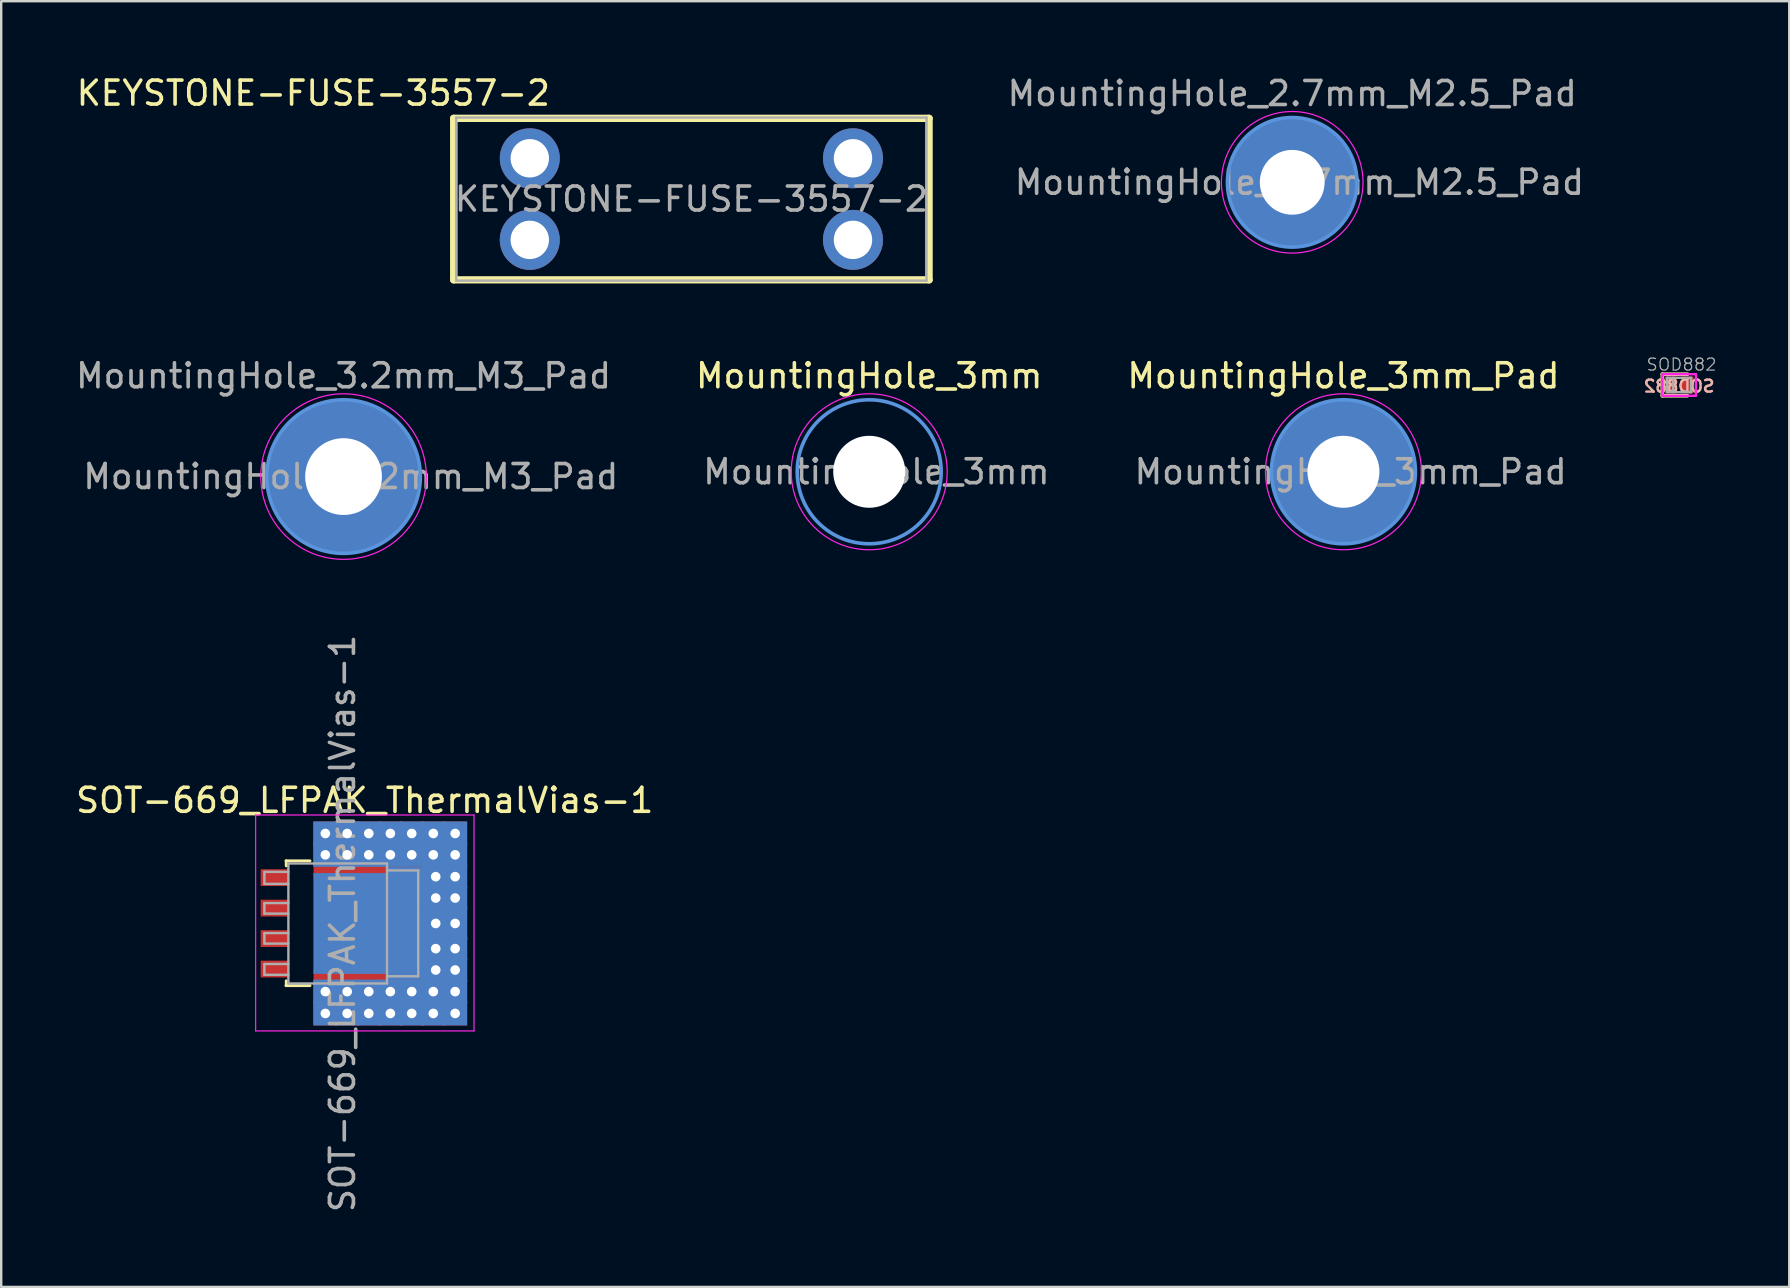
<source format=kicad_pcb>
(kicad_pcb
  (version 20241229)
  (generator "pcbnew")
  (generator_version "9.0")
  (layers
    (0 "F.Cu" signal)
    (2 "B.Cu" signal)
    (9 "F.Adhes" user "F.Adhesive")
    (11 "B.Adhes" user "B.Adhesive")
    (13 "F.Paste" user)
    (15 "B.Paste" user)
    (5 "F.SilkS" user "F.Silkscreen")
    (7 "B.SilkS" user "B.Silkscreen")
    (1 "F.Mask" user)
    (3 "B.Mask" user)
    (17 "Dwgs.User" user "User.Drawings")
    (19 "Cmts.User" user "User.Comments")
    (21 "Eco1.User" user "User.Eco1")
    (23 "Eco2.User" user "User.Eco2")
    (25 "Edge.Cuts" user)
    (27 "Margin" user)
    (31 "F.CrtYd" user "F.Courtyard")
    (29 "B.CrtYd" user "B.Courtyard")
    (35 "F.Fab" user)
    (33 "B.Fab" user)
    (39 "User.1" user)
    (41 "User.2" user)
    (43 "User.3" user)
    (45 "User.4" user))
  (footprint "SOT-669_LFPAK_ThermalVias-1"
    (layer "F.Cu")
    (at 11.224 35.436)
    (property "Reference" "SOT-669_LFPAK_ThermalVias-1" (at 0.925 -5.13 0) (layer "F.SilkS") (effects (font (size 1 1) (thickness 0.15))))
    (attr smd)
    (fp_line (start -2.355 -2.61) (end -1.355 -2.61) (stroke (width 0.12) (type solid)) (layer "F.SilkS"))
    (fp_line (start -2.355 2.59) (end -1.355 2.59) (stroke (width 0.12) (type solid)) (layer "F.SilkS"))
    (fp_line (start -2.345 -2.61) (end -2.345 -2.4) (stroke (width 0.12) (type solid)) (layer "F.SilkS"))
    (fp_line (start -2.345 2.39) (end -2.345 2.59) (stroke (width 0.12) (type solid)) (layer "F.SilkS"))
    (fp_line (start -3.62 4.48) (end -3.62 -4.52) (stroke (width 0.05) (type solid)) (layer "F.CrtYd"))
    (fp_line (start -3.62 4.48) (end 5.48 4.48) (stroke (width 0.05) (type solid)) (layer "F.CrtYd"))
    (fp_line (start 5.48 -4.52) (end -3.62 -4.52) (stroke (width 0.05) (type solid)) (layer "F.CrtYd"))
    (fp_line (start 5.48 -4.52) (end 5.48 4.48) (stroke (width 0.05) (type solid)) (layer "F.CrtYd"))
    (fp_line (start -3.255 -2.15) (end -3.255 -1.65) (stroke (width 0.1) (type solid)) (layer "F.Fab"))
    (fp_line (start -3.255 -2.15) (end -2.255 -2.15) (stroke (width 0.1) (type solid)) (layer "F.Fab"))
    (fp_line (start -3.255 -1.65) (end -2.255 -1.65) (stroke (width 0.1) (type solid)) (layer "F.Fab"))
    (fp_line (start -3.255 -0.85) (end -3.255 -0.41) (stroke (width 0.1) (type solid)) (layer "F.Fab"))
    (fp_line (start -3.255 -0.41) (end -2.255 -0.41) (stroke (width 0.1) (type solid)) (layer "F.Fab"))
    (fp_line (start -3.255 0.4) (end -3.255 0.84) (stroke (width 0.1) (type solid)) (layer "F.Fab"))
    (fp_line (start -3.255 0.84) (end -2.255 0.84) (stroke (width 0.1) (type solid)) (layer "F.Fab"))
    (fp_line (start -3.255 1.69) (end -3.255 2.14) (stroke (width 0.1) (type solid)) (layer "F.Fab"))
    (fp_line (start -3.255 2.14) (end -2.255 2.14) (stroke (width 0.1) (type solid)) (layer "F.Fab"))
    (fp_line (start -2.255 -2.5) (end -2.255 2.5) (stroke (width 0.1) (type solid)) (layer "F.Fab"))
    (fp_line (start -2.255 -0.85) (end -3.255 -0.85) (stroke (width 0.1) (type solid)) (layer "F.Fab"))
    (fp_line (start -2.255 0.4) (end -3.255 0.4) (stroke (width 0.1) (type solid)) (layer "F.Fab"))
    (fp_line (start -2.255 1.69) (end -3.255 1.69) (stroke (width 0.1) (type solid)) (layer "F.Fab"))
    (fp_line (start -2.255 2.5) (end 1.855 2.5) (stroke (width 0.1) (type solid)) (layer "F.Fab"))
    (fp_line (start 1.855 -2.5) (end -2.255 -2.5) (stroke (width 0.1) (type solid)) (layer "F.Fab"))
    (fp_line (start 1.855 2.5) (end 1.855 -2.5) (stroke (width 0.1) (type solid)) (layer "F.Fab"))
    (fp_line (start 3.155 -2.21) (end 1.855 -2.21) (stroke (width 0.1) (type solid)) (layer "F.Fab"))
    (fp_line (start 3.155 -2.21) (end 3.155 2.2) (stroke (width 0.1) (type solid)) (layer "F.Fab"))
    (fp_line (start 3.155 2.2) (end 1.855 2.2) (stroke (width 0.1) (type solid)) (layer "F.Fab"))
    (fp_text user "${REFERENCE}" (at 0 0 90) (layer "F.Fab") (effects (font (size 1 1) (thickness 0.15))))
    (pad "" smd rect (at -0.655 -1.15) (size 0.6 0.9) (layers "F.Paste"))
    (pad "" smd rect (at -0.655 0) (size 0.6 0.9) (layers "F.Paste"))
    (pad "" smd rect (at -0.655 1.14) (size 0.6 0.9) (layers "F.Paste"))
    (pad "" smd rect (at 0.195 -1.15) (size 0.6 0.9) (layers "F.Paste"))
    (pad "" smd rect (at 0.195 0) (size 0.6 0.9) (layers "F.Paste"))
    (pad "" smd rect (at 0.195 1.14) (size 0.6 0.9) (layers "F.Paste"))
    (pad "" smd rect (at 1.045 -1.15) (size 0.6 0.9) (layers "F.Paste"))
    (pad "" smd rect (at 1.045 0) (size 0.6 0.9) (layers "F.Paste"))
    (pad "" smd rect (at 1.045 1.14) (size 0.6 0.9) (layers "F.Paste"))
    (pad "" smd rect (at 2.885 -1.88 270) (size 0.6 0.9) (layers "F.Paste"))
    (pad "" smd rect (at 2.885 -0.6 270) (size 0.6 0.9) (layers "F.Paste"))
    (pad "" smd rect (at 2.885 0.59 270) (size 0.6 0.9) (layers "F.Paste"))
    (pad "" smd rect (at 2.885 1.87 270) (size 0.6 0.9) (layers "F.Paste"))
    (pad "1" smd rect (at -2.835 -1.91 270) (size 0.7 1.15) (layers "F.Cu" "F.Mask" "F.Paste"))
    (pad "2" smd rect (at -2.835 -0.64 270) (size 0.7 1.15) (layers "F.Cu" "F.Mask" "F.Paste"))
    (pad "3" smd rect (at -2.835 0.63 270) (size 0.7 1.15) (layers "F.Cu" "F.Mask" "F.Paste"))
    (pad "4" smd rect (at -2.835 1.9 270) (size 0.7 1.15) (layers "F.Cu" "F.Mask" "F.Paste"))
    (pad "5" thru_hole rect (at -0.715 -3.75 270) (size 1 1) (drill 0.4) (layers "*.Cu"))
    (pad "5" thru_hole rect (at -0.715 -2.86 270) (size 1 1) (drill 0.4) (layers "*.Cu"))
    (pad "5" thru_hole rect (at -0.715 2.84 270) (size 1 1) (drill 0.4) (layers "*.Cu"))
    (pad "5" thru_hole rect (at -0.715 3.75 270) (size 1 1) (drill 0.4) (layers "*.Cu"))
    (pad "5" thru_hole rect (at 0.195 -3.75 270) (size 1 1) (drill 0.4) (layers "*.Cu"))
    (pad "5" thru_hole rect (at 0.195 -2.86 270) (size 1 1) (drill 0.4) (layers "*.Cu"))
    (pad "5" thru_hole rect (at 0.195 2.84 270) (size 1 1) (drill 0.4) (layers "*.Cu"))
    (pad "5" thru_hole rect (at 0.195 3.75 270) (size 1 1) (drill 0.4) (layers "*.Cu"))
    (pad "5" smd rect (at 0.445 -2.21 270) (size 0.6 3.3) (layers "F.Cu"))
    (pad "5" smd rect (at 0.445 0 270) (size 4.2 3.3) (layers "F.Cu" "F.Mask"))
    (pad "5" smd rect (at 0.445 0 270) (size 4.2 3.3) (layers "B.Cu"))
    (pad "5" smd rect (at 0.445 2.2 270) (size 0.6 3.3) (layers "F.Cu"))
    (pad "5" thru_hole rect (at 1.095 -3.75 270) (size 1 1) (drill 0.4) (layers "*.Cu"))
    (pad "5" thru_hole rect (at 1.095 -2.86 270) (size 1 1) (drill 0.4) (layers "*.Cu"))
    (pad "5" thru_hole rect (at 1.095 2.84 270) (size 1 1) (drill 0.4) (layers "*.Cu"))
    (pad "5" thru_hole rect (at 1.095 3.75 270) (size 1 1) (drill 0.4) (layers "*.Cu"))
    (pad "5" smd rect (at 1.745 -2.25 270) (size 0.5 0.5) (layers "F.Cu"))
    (pad "5" smd rect (at 1.745 2.25 270) (size 0.5 0.5) (layers "F.Cu"))
    (pad "5" thru_hole rect (at 1.995 -3.75 270) (size 1 1) (drill 0.4) (layers "*.Cu"))
    (pad "5" thru_hole rect (at 1.995 -2.86 270) (size 1 1) (drill 0.4) (layers "*.Cu"))
    (pad "5" thru_hole rect (at 1.995 2.84 270) (size 1 1) (drill 0.4) (layers "*.Cu"))
    (pad "5" thru_hole rect (at 1.995 3.75 270) (size 1 1) (drill 0.4) (layers "*.Cu"))
    (pad "5" smd rect (at 2.635 0 270) (size 4.7 1.55) (layers "F.Cu" "F.Mask"))
    (pad "5" smd rect (at 2.635 0 270) (size 4.7 1.55) (layers "B.Cu"))
    (pad "5" thru_hole rect (at 2.885 -3.75 270) (size 1 1) (drill 0.4) (layers "*.Cu"))
    (pad "5" thru_hole rect (at 2.885 -2.86 270) (size 1 1) (drill 0.4) (layers "*.Cu"))
    (pad "5" thru_hole rect (at 2.885 2.84 270) (size 1 1) (drill 0.4) (layers "*.Cu"))
    (pad "5" thru_hole rect (at 2.885 3.75 270) (size 1 1) (drill 0.4) (layers "*.Cu"))
    (pad "5" thru_hole rect (at 3.785 -3.75 270) (size 1 1) (drill 0.4) (layers "*.Cu"))
    (pad "5" thru_hole rect (at 3.785 -2.86 270) (size 1 1) (drill 0.4) (layers "*.Cu"))
    (pad "5" thru_hole rect (at 3.785 2.84 270) (size 1 1) (drill 0.4) (layers "*.Cu"))
    (pad "5" thru_hole rect (at 3.785 3.75 270) (size 1 1) (drill 0.4) (layers "*.Cu"))
    (pad "5" thru_hole rect (at 3.885 -1.95 270) (size 1 1) (drill 0.4) (layers "*.Cu"))
    (pad "5" thru_hole rect (at 3.885 -1.06 270) (size 1 1) (drill 0.4) (layers "*.Cu"))
    (pad "5" thru_hole rect (at 3.885 0 270) (size 1.4 1) (drill 0.4) (layers "*.Cu"))
    (pad "5" thru_hole rect (at 3.885 1.05 270) (size 1 1) (drill 0.4) (layers "*.Cu"))
    (pad "5" thru_hole rect (at 3.885 1.94 270) (size 1 1) (drill 0.4) (layers "*.Cu"))
    (pad "5" thru_hole rect (at 4.695 -3.75 270) (size 1 1) (drill 0.4) (layers "*.Cu"))
    (pad "5" thru_hole rect (at 4.695 -2.86 270) (size 1 1) (drill 0.4) (layers "*.Cu"))
    (pad "5" thru_hole rect (at 4.695 -1.95 270) (size 1 1) (drill 0.4) (layers "*.Cu"))
    (pad "5" thru_hole rect (at 4.695 -1.06 270) (size 1 1) (drill 0.4) (layers "*.Cu"))
    (pad "5" thru_hole rect (at 4.695 0 270) (size 1.4 1) (drill 0.4) (layers "*.Cu"))
    (pad "5" thru_hole rect (at 4.695 1.05 270) (size 1 1) (drill 0.4) (layers "*.Cu"))
    (pad "5" thru_hole rect (at 4.695 1.94 270) (size 1 1) (drill 0.4) (layers "*.Cu"))
    (pad "5" thru_hole rect (at 4.695 2.84 270) (size 1 1) (drill 0.4) (layers "*.Cu"))
    (pad "5" thru_hole rect (at 4.695 3.75 270) (size 1 1) (drill 0.4) (layers "*.Cu")))
  (footprint "MountingHole_3mm_Pad"
    (layer "F.Cu")
    (at 52.939 16.612)
    (property "Reference" "MountingHole_3mm_Pad" (at 0 -4 0) (layer "F.SilkS") (effects (font (size 1 1) (thickness 0.15))))
    (attr exclude_from_pos_files exclude_from_bom)
    (fp_circle (center 0 0) (end 3 0) (stroke (width 0.15) (type solid)) (fill no) (layer "Cmts.User"))
    (fp_circle (center 0 0) (end 3.25 0) (stroke (width 0.05) (type solid)) (fill no) (layer "F.CrtYd"))
    (fp_text user "${REFERENCE}" (at 0.3 0 0) (layer "F.Fab") (effects (font (size 1 1) (thickness 0.15))))
    (pad "1" thru_hole circle (at 0 0) (size 6 6) (drill 3) (layers "*.Cu" "*.Mask")))
  (footprint "SOD882"
    (layer "F.Cu")
    (at 66.929 12.994)
    (property "Reference" "SOD882" (at 0 0.05 0) (layer "B.SilkS") (effects (font (size 0.5 0.5) (thickness 0.1)) (justify mirror)))
    (attr smd)
    (fp_line (start -0.7 -0.45) (end 0.35 -0.45) (stroke (width 0.15) (type solid)) (layer "F.SilkS"))
    (fp_line (start -0.7 0.45) (end -0.7 -0.45) (stroke (width 0.15) (type solid)) (layer "F.SilkS"))
    (fp_line (start -0.7 0.45) (end 0.35 0.45) (stroke (width 0.15) (type solid)) (layer "F.SilkS"))
    (fp_line (start -0.7 -0.45) (end 0.7 -0.45) (stroke (width 0.1) (type solid)) (layer "F.CrtYd"))
    (fp_line (start -0.7 0.45) (end -0.7 -0.45) (stroke (width 0.1) (type solid)) (layer "F.CrtYd"))
    (fp_line (start 0.7 -0.45) (end 0.7 0.45) (stroke (width 0.1) (type solid)) (layer "F.CrtYd"))
    (fp_line (start 0.7 0.45) (end -0.7 0.45) (stroke (width 0.1) (type solid)) (layer "F.CrtYd"))
    (fp_line (start -0.5 -0.3) (end 0.5 -0.3) (stroke (width 0.1) (type solid)) (layer "F.Fab"))
    (fp_line (start -0.5 0.3) (end -0.5 -0.3) (stroke (width 0.1) (type solid)) (layer "F.Fab"))
    (fp_line (start -0.25 0.3) (end -0.25 -0.3) (stroke (width 0.1) (type solid)) (layer "F.Fab"))
    (fp_line (start 0.5 -0.3) (end 0.5 0.3) (stroke (width 0.1) (type solid)) (layer "F.Fab"))
    (fp_line (start 0.5 0.3) (end -0.5 0.3) (stroke (width 0.1) (type solid)) (layer "F.Fab"))
    (fp_text user "${REFERENCE}" (at 0.1 -0.85 0) (layer "F.Fab") (effects (font (size 0.5 0.5) (thickness 0.05))))
    (pad "1" smd rect (at -0.35 0 180) (size 0.5 0.7) (layers "F.Cu" "F.Mask" "F.Paste"))
    (pad "2" smd rect (at 0.35 0 180) (size 0.5 0.7) (layers "F.Cu" "F.Mask" "F.Paste")))
  (footprint "KEYSTONE-FUSE-3557-2"
    (layer "F.Cu")
    (at 25.764 5.247)
    (property "Reference" "KEYSTONE-FUSE-3557-2" (at -5.8 -5 0) (layer "F.SilkS") (effects (font (size 1 1) (thickness 0.15)) (justify right top)))
    (attr through_hole)
    (fp_line (start -9.905 -3.365) (end 9.905 -3.365) (stroke (width 0.305) (type solid)) (layer "F.SilkS"))
    (fp_line (start -9.905 3.365) (end -9.905 -3.365) (stroke (width 0.305) (type solid)) (layer "F.SilkS"))
    (fp_line (start 9.905 -3.365) (end 9.905 3.365) (stroke (width 0.305) (type solid)) (layer "F.SilkS"))
    (fp_line (start 9.905 3.365) (end -9.905 3.365) (stroke (width 0.305) (type solid)) (layer "F.SilkS"))
    (fp_line (start -9.8 -3.4) (end 9.8 -3.4) (stroke (width 0.1) (type solid)) (layer "F.Fab"))
    (fp_line (start -9.8 3.4) (end -9.8 -3.4) (stroke (width 0.1) (type solid)) (layer "F.Fab"))
    (fp_line (start 9.8 -3.4) (end 9.8 3.4) (stroke (width 0.1) (type solid)) (layer "F.Fab"))
    (fp_line (start 9.8 3.4) (end -9.8 3.4) (stroke (width 0.1) (type solid)) (layer "F.Fab"))
    (fp_text user "${REFERENCE}" (at 0 0 0) (layer "F.Fab") (effects (font (size 1 1) (thickness 0.15))))
    (pad "1" thru_hole circle (at -6.735 -1.7 90) (size 2.5 2.5) (drill 1.6) (layers "*.Cu" "*.Mask"))
    (pad "1" thru_hole circle (at -6.735 1.7 90) (size 2.5 2.5) (drill 1.6) (layers "*.Cu" "*.Mask"))
    (pad "2" thru_hole circle (at 6.735 -1.7 90) (size 2.5 2.5) (drill 1.6) (layers "*.Cu" "*.Mask"))
    (pad "2" thru_hole circle (at 6.735 1.7 90) (size 2.5 2.5) (drill 1.6) (layers "*.Cu" "*.Mask")))
  (footprint "MountingHole_3.2mm_M3_Pad"
    (layer "F.Cu")
    (at 11.268 16.812)
    (property "Reference" "MountingHole_3.2mm_M3_Pad" (at 0 -4.2 0) (layer "F.Fab") (effects (font (size 1 1) (thickness 0.15))))
    (attr exclude_from_pos_files exclude_from_bom)
    (fp_circle (center 0 0) (end 3.2 0) (stroke (width 0.15) (type solid)) (fill no) (layer "Cmts.User"))
    (fp_circle (center 0 0) (end 3.45 0) (stroke (width 0.05) (type solid)) (fill no) (layer "F.CrtYd"))
    (fp_text user "${REFERENCE}" (at 0.3 0 0) (layer "F.Fab") (effects (font (size 1 1) (thickness 0.15))))
    (pad "1" thru_hole circle (at 0 0) (size 6.4 6.4) (drill 3.2) (layers "*.Cu" "*.Mask")))
  (footprint "MountingHole_2.7mm_M2.5_Pad"
    (layer "F.Cu")
    (at 50.804 4.548)
    (property "Reference" "MountingHole_2.7mm_M2.5_Pad" (at 0 -3.7 0) (layer "F.Fab") (effects (font (size 1 1) (thickness 0.15))))
    (attr exclude_from_pos_files exclude_from_bom)
    (fp_circle (center 0 0) (end 2.7 0) (stroke (width 0.15) (type solid)) (fill no) (layer "Cmts.User"))
    (fp_circle (center 0 0) (end 2.95 0) (stroke (width 0.05) (type solid)) (fill no) (layer "F.CrtYd"))
    (fp_text user "${REFERENCE}" (at 0.3 0 0) (layer "F.Fab") (effects (font (size 1 1) (thickness 0.15))))
    (pad "1" thru_hole circle (at 0 0) (size 5.4 5.4) (drill 2.7) (layers "*.Cu" "*.Mask")))
  (footprint "MountingHole_3mm"
    (layer "F.Cu")
    (at 33.175 16.612)
    (property "Reference" "MountingHole_3mm" (at 0 -4 0) (layer "F.SilkS") (effects (font (size 1 1) (thickness 0.15))))
    (attr exclude_from_pos_files exclude_from_bom)
    (fp_circle (center 0 0) (end 3 0) (stroke (width 0.15) (type solid)) (fill no) (layer "Cmts.User"))
    (fp_circle (center 0 0) (end 3.25 0) (stroke (width 0.05) (type solid)) (fill no) (layer "F.CrtYd"))
    (fp_text user "${REFERENCE}" (at 0.3 0 0) (layer "F.Fab") (effects (font (size 1 1) (thickness 0.15))))
    (pad "" np_thru_hole circle (at 0 0) (size 3 3) (drill 3) (layers "*.Cu" "*.Mask")))
  (gr_rect
    (start -3 -3)
    (end 71.518 50.585)
    (stroke (width 0.1) (type default))
    (fill no)
    (layer "Edge.Cuts")))
</source>
